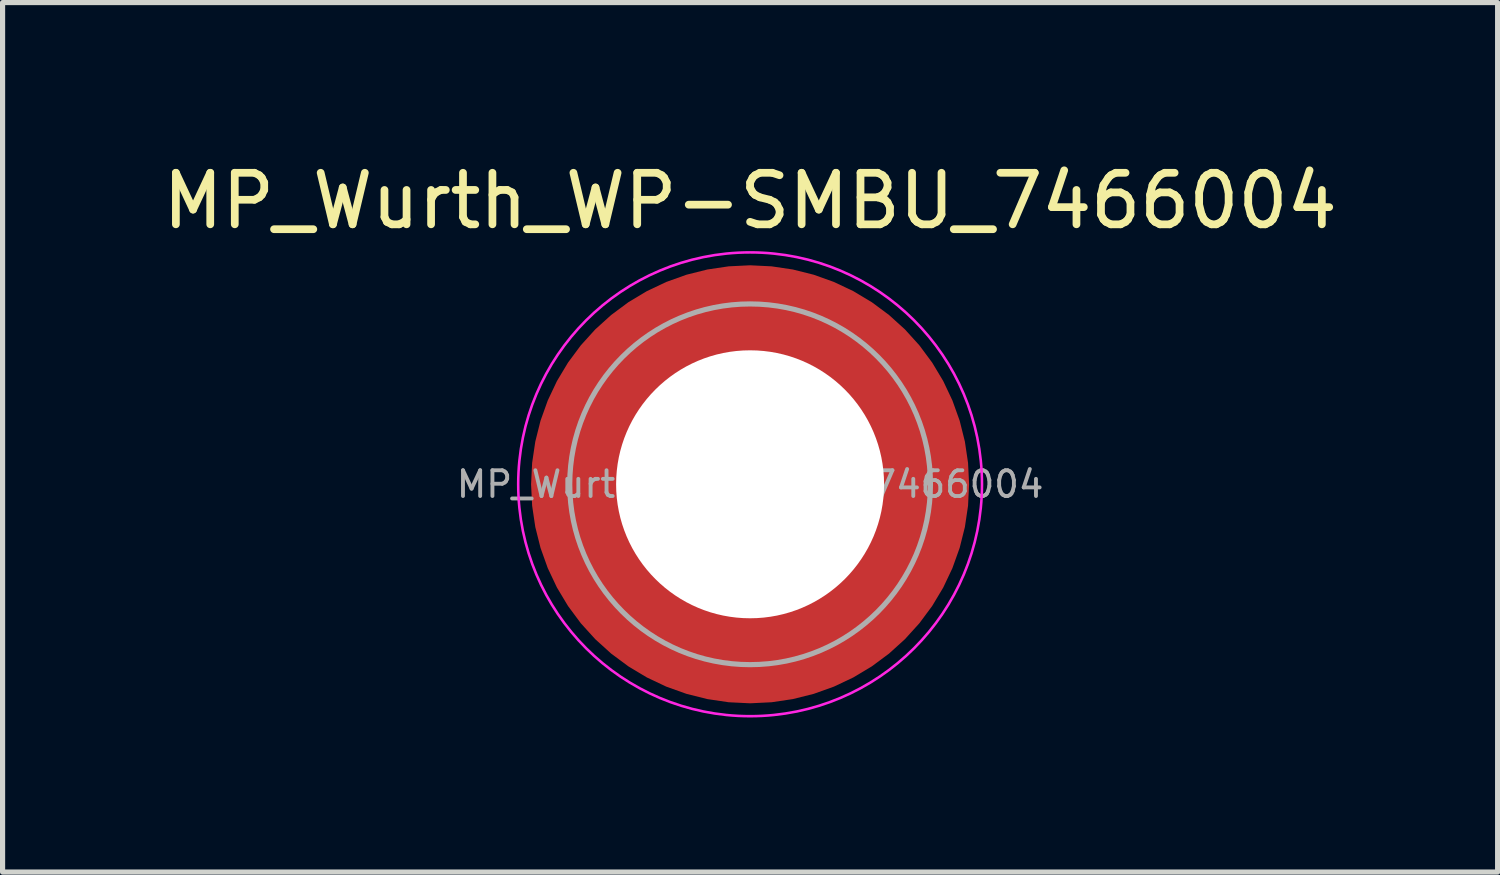
<source format=kicad_pcb>
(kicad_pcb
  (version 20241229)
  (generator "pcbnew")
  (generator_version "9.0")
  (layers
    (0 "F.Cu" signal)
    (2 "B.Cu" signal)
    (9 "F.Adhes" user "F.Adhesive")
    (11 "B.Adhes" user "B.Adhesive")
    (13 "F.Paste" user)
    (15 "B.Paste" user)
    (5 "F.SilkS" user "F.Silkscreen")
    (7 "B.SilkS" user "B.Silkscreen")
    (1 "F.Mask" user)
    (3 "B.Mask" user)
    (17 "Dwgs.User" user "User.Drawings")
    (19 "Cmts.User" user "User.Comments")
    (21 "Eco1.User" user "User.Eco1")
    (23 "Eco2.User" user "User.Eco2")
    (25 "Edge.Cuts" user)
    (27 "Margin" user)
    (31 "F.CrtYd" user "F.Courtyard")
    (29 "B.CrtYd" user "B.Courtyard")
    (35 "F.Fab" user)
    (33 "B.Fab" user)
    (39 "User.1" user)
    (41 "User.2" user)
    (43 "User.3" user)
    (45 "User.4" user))
  (footprint "MP_Wurth_WP-SMBU_7466004"
    (layer "F.Cu")
    (at 11.506 6.348)
    (property "Reference" "MP_Wurth_WP-SMBU_7466004" (at 0 -5.5 0) (unlocked yes) (layer "F.SilkS") (effects (font (size 1 1) (thickness 0.15))))
    (attr smd)
    (fp_poly (pts (xy -2.685 0.574) (xy -2.665 0.664) (xy -2.635 0.774) (xy -2.595 0.898) (xy -2.56 0.993) (xy -2.525 1.078) (xy -2.48 1.178) (xy -2.431 1.278) (xy -2.386 1.358) (xy -2.346 1.427) (xy -2.291 1.512) (xy -2.236 1.592) (xy -2.181 1.667) (xy -2.131 1.732) (xy -2.076 1.797) (xy -2.016 1.862) (xy -1.941 1.941) (xy -1.867 2.011) (xy -1.807 2.066) (xy -1.732 2.131) (xy -1.662 2.186) (xy -1.587 2.241) (xy -1.497 2.301) (xy -1.412 2.356) (xy -1.323 2.406) (xy -1.238 2.451) (xy -1.158 2.49) (xy -1.053 2.535) (xy -0.938 2.58) (xy -0.824 2.62) (xy -0.699 2.655) (xy -0.574 2.685) (xy -0.495 2.701) (xy -0.495 4.126) (xy -0.546 4.12) (xy -0.546 4.12) (xy -0.621 4.11) (xy -0.621 4.11) (xy -0.676 4.1) (xy -0.736 4.09) (xy -0.791 4.08) (xy -0.871 4.065) (xy -0.871 4.065) (xy -0.936 4.05) (xy -0.996 4.035) (xy -1.076 4.015) (xy -1.076 4.015) (xy -1.216 3.975) (xy -1.216 3.975) (xy -1.281 3.955) (xy -1.282 3.955) (xy -1.352 3.93) (xy -1.437 3.9) (xy -1.492 3.88) (xy -1.492 3.88) (xy -1.552 3.855) (xy -1.627 3.825) (xy -1.627 3.825) (xy -1.697 3.795) (xy -1.697 3.795) (xy -1.772 3.76) (xy -1.837 3.73) (xy -1.837 3.729) (xy -1.902 3.694) (xy -1.972 3.659) (xy -1.972 3.659) (xy -2.042 3.619) (xy -2.103 3.584) (xy -2.163 3.549) (xy -2.163 3.549) (xy -2.243 3.499) (xy -2.243 3.499) (xy -2.348 3.429) (xy -2.348 3.429) (xy -2.433 3.369) (xy -2.433 3.369) (xy -2.533 3.294) (xy -2.533 3.294) (xy -2.603 3.239) (xy -2.603 3.239) (xy -2.688 3.169) (xy -2.688 3.169) (xy -2.763 3.104) (xy -2.763 3.104) (xy -2.843 3.029) (xy -2.898 2.979) (xy -2.899 2.979) (xy -2.994 2.884) (xy -2.994 2.883) (xy -3.094 2.773) (xy -3.094 2.773) (xy -3.189 2.663) (xy -3.189 2.663) (xy -3.274 2.558) (xy -3.344 2.468) (xy -3.344 2.468) (xy -3.429 2.348) (xy -3.429 2.348) (xy -3.499 2.243) (xy -3.499 2.243) (xy -3.584 2.103) (xy -3.584 2.102) (xy -3.669 1.952) (xy -3.669 1.952) (xy -3.724 1.842) (xy -3.79 1.707) (xy -3.79 1.707) (xy -3.85 1.567) (xy -3.85 1.567) (xy -3.915 1.397) (xy -3.915 1.397) (xy -3.965 1.247) (xy -3.965 1.246) (xy -4.01 1.091) (xy -4.01 1.091) (xy -4.05 0.936) (xy -4.05 0.936) (xy -4.075 0.816) (xy -4.075 0.816) (xy -4.1 0.676) (xy -4.1 0.676) (xy -4.115 0.581) (xy -4.115 0.581) (xy -4.126 0.495) (xy -2.701 0.495)) (stroke (width 0) (type default)) (fill yes) (layer "F.Paste"))
    (fp_poly (pts (xy -0.495 -2.701) (xy -0.574 -2.685) (xy -0.664 -2.665) (xy -0.774 -2.635) (xy -0.898 -2.595) (xy -0.993 -2.56) (xy -1.078 -2.525) (xy -1.178 -2.48) (xy -1.278 -2.431) (xy -1.358 -2.386) (xy -1.427 -2.346) (xy -1.512 -2.291) (xy -1.592 -2.236) (xy -1.667 -2.181) (xy -1.732 -2.131) (xy -1.797 -2.076) (xy -1.862 -2.016) (xy -1.941 -1.941) (xy -2.011 -1.867) (xy -2.066 -1.807) (xy -2.131 -1.732) (xy -2.186 -1.662) (xy -2.241 -1.587) (xy -2.301 -1.497) (xy -2.356 -1.412) (xy -2.406 -1.323) (xy -2.451 -1.238) (xy -2.49 -1.158) (xy -2.535 -1.053) (xy -2.58 -0.938) (xy -2.62 -0.824) (xy -2.655 -0.699) (xy -2.685 -0.574) (xy -2.701 -0.495) (xy -4.126 -0.495) (xy -4.12 -0.546) (xy -4.12 -0.546) (xy -4.11 -0.621) (xy -4.11 -0.621) (xy -4.1 -0.676) (xy -4.09 -0.736) (xy -4.08 -0.791) (xy -4.065 -0.871) (xy -4.065 -0.871) (xy -4.05 -0.936) (xy -4.035 -0.996) (xy -4.015 -1.076) (xy -4.015 -1.076) (xy -3.975 -1.216) (xy -3.975 -1.216) (xy -3.955 -1.281) (xy -3.955 -1.282) (xy -3.93 -1.352) (xy -3.9 -1.437) (xy -3.88 -1.492) (xy -3.88 -1.492) (xy -3.855 -1.552) (xy -3.825 -1.627) (xy -3.825 -1.627) (xy -3.795 -1.697) (xy -3.795 -1.697) (xy -3.76 -1.772) (xy -3.73 -1.837) (xy -3.729 -1.837) (xy -3.694 -1.902) (xy -3.659 -1.972) (xy -3.659 -1.972) (xy -3.619 -2.042) (xy -3.584 -2.103) (xy -3.549 -2.163) (xy -3.549 -2.163) (xy -3.499 -2.243) (xy -3.499 -2.243) (xy -3.429 -2.348) (xy -3.429 -2.348) (xy -3.369 -2.433) (xy -3.369 -2.433) (xy -3.294 -2.533) (xy -3.294 -2.533) (xy -3.239 -2.603) (xy -3.239 -2.603) (xy -3.169 -2.688) (xy -3.169 -2.688) (xy -3.104 -2.763) (xy -3.104 -2.763) (xy -3.029 -2.843) (xy -2.979 -2.898) (xy -2.979 -2.899) (xy -2.884 -2.994) (xy -2.883 -2.994) (xy -2.773 -3.094) (xy -2.773 -3.094) (xy -2.663 -3.189) (xy -2.663 -3.189) (xy -2.558 -3.274) (xy -2.468 -3.344) (xy -2.468 -3.344) (xy -2.348 -3.429) (xy -2.348 -3.429) (xy -2.243 -3.499) (xy -2.243 -3.499) (xy -2.103 -3.584) (xy -2.102 -3.584) (xy -1.952 -3.669) (xy -1.952 -3.669) (xy -1.842 -3.724) (xy -1.707 -3.79) (xy -1.707 -3.79) (xy -1.567 -3.85) (xy -1.567 -3.85) (xy -1.397 -3.915) (xy -1.397 -3.915) (xy -1.247 -3.965) (xy -1.246 -3.965) (xy -1.091 -4.01) (xy -1.091 -4.01) (xy -0.936 -4.05) (xy -0.936 -4.05) (xy -0.816 -4.075) (xy -0.816 -4.075) (xy -0.676 -4.1) (xy -0.676 -4.1) (xy -0.581 -4.115) (xy -0.581 -4.115) (xy -0.495 -4.126)) (stroke (width 0) (type default)) (fill yes) (layer "F.Paste"))
    (fp_poly (pts (xy 0.546 -4.12) (xy 0.546 -4.12) (xy 0.621 -4.11) (xy 0.621 -4.11) (xy 0.676 -4.1) (xy 0.736 -4.09) (xy 0.791 -4.08) (xy 0.871 -4.065) (xy 0.871 -4.065) (xy 0.936 -4.05) (xy 0.996 -4.035) (xy 1.076 -4.015) (xy 1.076 -4.015) (xy 1.216 -3.975) (xy 1.216 -3.975) (xy 1.281 -3.955) (xy 1.282 -3.955) (xy 1.352 -3.93) (xy 1.437 -3.9) (xy 1.492 -3.88) (xy 1.492 -3.88) (xy 1.552 -3.855) (xy 1.627 -3.825) (xy 1.627 -3.825) (xy 1.697 -3.795) (xy 1.697 -3.795) (xy 1.772 -3.76) (xy 1.837 -3.73) (xy 1.837 -3.729) (xy 1.902 -3.694) (xy 1.972 -3.659) (xy 1.972 -3.659) (xy 2.042 -3.619) (xy 2.103 -3.584) (xy 2.163 -3.549) (xy 2.163 -3.549) (xy 2.243 -3.499) (xy 2.243 -3.499) (xy 2.348 -3.429) (xy 2.348 -3.429) (xy 2.433 -3.369) (xy 2.433 -3.369) (xy 2.533 -3.294) (xy 2.533 -3.294) (xy 2.603 -3.239) (xy 2.603 -3.239) (xy 2.688 -3.169) (xy 2.688 -3.169) (xy 2.763 -3.104) (xy 2.763 -3.104) (xy 2.843 -3.029) (xy 2.898 -2.979) (xy 2.899 -2.979) (xy 2.994 -2.884) (xy 2.994 -2.883) (xy 3.094 -2.773) (xy 3.094 -2.773) (xy 3.189 -2.663) (xy 3.189 -2.663) (xy 3.274 -2.558) (xy 3.344 -2.468) (xy 3.344 -2.468) (xy 3.429 -2.348) (xy 3.429 -2.348) (xy 3.499 -2.243) (xy 3.499 -2.243) (xy 3.584 -2.103) (xy 3.584 -2.102) (xy 3.669 -1.952) (xy 3.669 -1.952) (xy 3.724 -1.842) (xy 3.79 -1.707) (xy 3.79 -1.707) (xy 3.85 -1.567) (xy 3.85 -1.567) (xy 3.915 -1.397) (xy 3.915 -1.397) (xy 3.965 -1.247) (xy 3.965 -1.246) (xy 4.01 -1.091) (xy 4.01 -1.091) (xy 4.05 -0.936) (xy 4.05 -0.936) (xy 4.075 -0.816) (xy 4.075 -0.816) (xy 4.1 -0.676) (xy 4.1 -0.676) (xy 4.115 -0.581) (xy 4.115 -0.581) (xy 4.126 -0.495) (xy 2.701 -0.495) (xy 2.685 -0.574) (xy 2.665 -0.664) (xy 2.635 -0.774) (xy 2.595 -0.898) (xy 2.56 -0.993) (xy 2.525 -1.078) (xy 2.48 -1.178) (xy 2.431 -1.278) (xy 2.386 -1.358) (xy 2.346 -1.427) (xy 2.291 -1.512) (xy 2.236 -1.592) (xy 2.181 -1.667) (xy 2.131 -1.732) (xy 2.076 -1.797) (xy 2.016 -1.862) (xy 1.941 -1.941) (xy 1.867 -2.011) (xy 1.807 -2.066) (xy 1.732 -2.131) (xy 1.662 -2.186) (xy 1.587 -2.241) (xy 1.497 -2.301) (xy 1.412 -2.356) (xy 1.323 -2.406) (xy 1.238 -2.451) (xy 1.158 -2.49) (xy 1.053 -2.535) (xy 0.938 -2.58) (xy 0.824 -2.62) (xy 0.699 -2.655) (xy 0.574 -2.685) (xy 0.495 -2.701) (xy 0.495 -4.126)) (stroke (width 0) (type default)) (fill yes) (layer "F.Paste"))
    (fp_poly (pts (xy 4.12 0.546) (xy 4.12 0.546) (xy 4.11 0.621) (xy 4.11 0.621) (xy 4.1 0.676) (xy 4.09 0.736) (xy 4.08 0.791) (xy 4.065 0.871) (xy 4.065 0.871) (xy 4.05 0.936) (xy 4.035 0.996) (xy 4.015 1.076) (xy 4.015 1.076) (xy 3.975 1.216) (xy 3.975 1.216) (xy 3.955 1.281) (xy 3.955 1.282) (xy 3.93 1.352) (xy 3.9 1.437) (xy 3.88 1.492) (xy 3.88 1.492) (xy 3.855 1.552) (xy 3.825 1.627) (xy 3.825 1.627) (xy 3.795 1.697) (xy 3.795 1.697) (xy 3.76 1.772) (xy 3.73 1.837) (xy 3.729 1.837) (xy 3.694 1.902) (xy 3.659 1.972) (xy 3.659 1.972) (xy 3.619 2.042) (xy 3.584 2.103) (xy 3.549 2.163) (xy 3.549 2.163) (xy 3.499 2.243) (xy 3.499 2.243) (xy 3.429 2.348) (xy 3.429 2.348) (xy 3.369 2.433) (xy 3.369 2.433) (xy 3.294 2.533) (xy 3.294 2.533) (xy 3.239 2.603) (xy 3.239 2.603) (xy 3.169 2.688) (xy 3.169 2.688) (xy 3.104 2.763) (xy 3.104 2.763) (xy 3.029 2.843) (xy 2.979 2.898) (xy 2.979 2.899) (xy 2.884 2.994) (xy 2.883 2.994) (xy 2.773 3.094) (xy 2.773 3.094) (xy 2.663 3.189) (xy 2.663 3.189) (xy 2.558 3.274) (xy 2.468 3.344) (xy 2.468 3.344) (xy 2.348 3.429) (xy 2.348 3.429) (xy 2.243 3.499) (xy 2.243 3.499) (xy 2.103 3.584) (xy 2.102 3.584) (xy 1.952 3.669) (xy 1.952 3.669) (xy 1.842 3.724) (xy 1.707 3.79) (xy 1.707 3.79) (xy 1.567 3.85) (xy 1.567 3.85) (xy 1.397 3.915) (xy 1.397 3.915) (xy 1.247 3.965) (xy 1.246 3.965) (xy 1.091 4.01) (xy 1.091 4.01) (xy 0.936 4.05) (xy 0.936 4.05) (xy 0.816 4.075) (xy 0.816 4.075) (xy 0.676 4.1) (xy 0.676 4.1) (xy 0.581 4.115) (xy 0.581 4.115) (xy 0.495 4.126) (xy 0.495 2.701) (xy 0.574 2.685) (xy 0.664 2.665) (xy 0.774 2.635) (xy 0.898 2.595) (xy 0.993 2.56) (xy 1.078 2.525) (xy 1.178 2.48) (xy 1.278 2.431) (xy 1.358 2.386) (xy 1.427 2.346) (xy 1.512 2.291) (xy 1.592 2.236) (xy 1.667 2.181) (xy 1.732 2.131) (xy 1.797 2.076) (xy 1.862 2.016) (xy 1.941 1.941) (xy 2.011 1.867) (xy 2.066 1.807) (xy 2.131 1.732) (xy 2.186 1.662) (xy 2.241 1.587) (xy 2.301 1.497) (xy 2.356 1.412) (xy 2.406 1.323) (xy 2.451 1.238) (xy 2.49 1.158) (xy 2.535 1.053) (xy 2.58 0.938) (xy 2.62 0.824) (xy 2.655 0.699) (xy 2.685 0.574) (xy 2.701 0.495) (xy 4.126 0.495)) (stroke (width 0) (type default)) (fill yes) (layer "F.Paste"))
    (fp_circle (center 0 0) (end 4.5 0) (stroke (width 0.05) (type solid)) (fill no) (layer "F.CrtYd"))
    (fp_circle (center 0 0) (end 3.5 0) (stroke (width 0.1) (type solid)) (fill no) (layer "F.Fab"))
    (fp_text user "${REFERENCE}" (at 0 0 0) (unlocked yes) (layer "F.Fab") (effects (font (size 0.5 0.5) (thickness 0.075))))
    (pad "" np_thru_hole circle (at 0 0) (size 5.2 5.2) (drill 5.2) (layers "*.Cu" "*.Mask"))
    (pad "1" smd roundrect (at 0 0) (size 8.5 8.5) (layers "F.Cu" "F.Mask") (roundrect_rratio 0.5)))
  (gr_rect
    (start -3 -3)
    (end 26.012 13.873)
    (stroke (width 0.1) (type default))
    (fill no)
    (layer "Edge.Cuts")))
</source>
